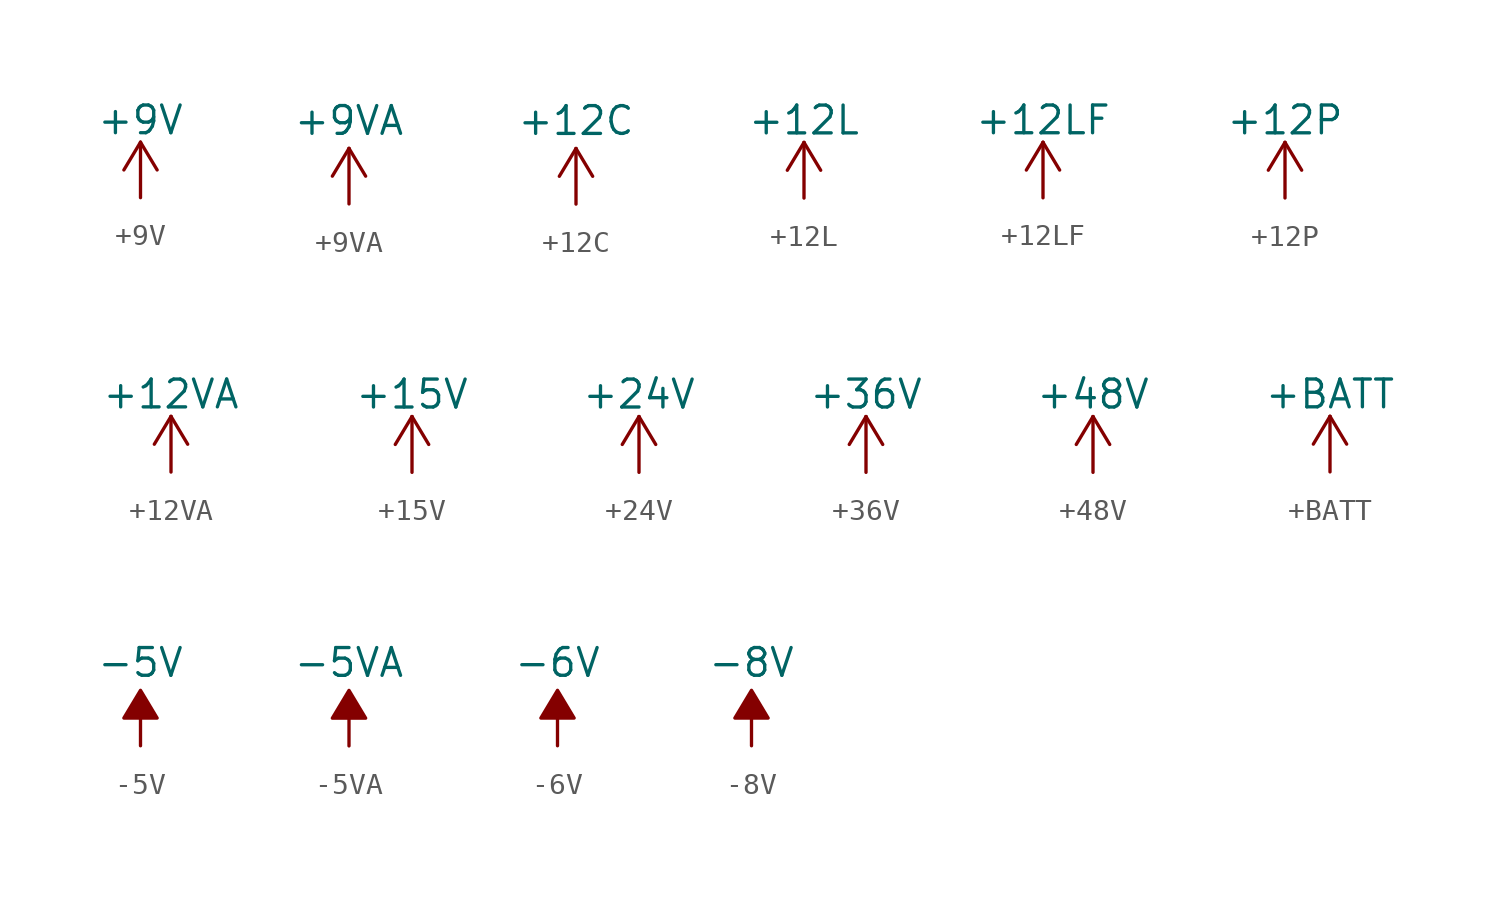
<source format=kicad_sym>
(kicad_symbol_lib
  (version 20211014)
  (generator kicad_symbol_editor)
  (symbol "+9V"
    (power)
    (pin_names
      (offset 0))
    (property "Reference" "#PWR"
      (at 0 -3.81 0)
      (effects (font (size 1.27 1.27)) hide))
    (property "Value" "+9V"
      (at 0 3.556 0)
      (effects (font (size 1.27 1.27))))
    (property "Footprint" ""
      (at 0 0 0)
      (effects (font (size 1.524 1.524))))
    (property "Datasheet" ""
      (at 0 0 0)
      (effects (font (size 1.524 1.524))))
    (symbol "+9V_0_1"
      (polyline (pts (xy -0.762 1.27) (xy 0 2.54)) (stroke (width 0) (type default) (color 0 0 0 0)) (fill (type none)))
      (polyline (pts (xy 0 0) (xy 0 2.54)) (stroke (width 0) (type default) (color 0 0 0 0)) (fill (type none)))
      (polyline (pts (xy 0 2.54) (xy 0.762 1.27)) (stroke (width 0) (type default) (color 0 0 0 0)) (fill (type none))))
    (symbol "+9V_1_1"
      (pin power_in line (at 0 0 90) (length 0) hide (name "+9V" (effects (font (size 1.27 1.27)))) (number "1" (effects (font (size 1.27 1.27)))))))
  (symbol "+9VA"
    (power)
    (pin_names
      (offset 0))
    (property "Reference" "#PWR"
      (at 0 -3.175 0)
      (effects (font (size 1.27 1.27)) hide))
    (property "Value" "+9VA"
      (at 0 3.81 0)
      (effects (font (size 1.27 1.27))))
    (property "Footprint" ""
      (at 0 0 0)
      (effects (font (size 1.524 1.524))))
    (property "Datasheet" ""
      (at 0 0 0)
      (effects (font (size 1.524 1.524))))
    (symbol "+9VA_0_1"
      (polyline (pts (xy -0.762 1.27) (xy 0 2.54)) (stroke (width 0) (type default) (color 0 0 0 0)) (fill (type none)))
      (polyline (pts (xy 0 0) (xy 0 2.54)) (stroke (width 0) (type default) (color 0 0 0 0)) (fill (type none)))
      (polyline (pts (xy 0 2.54) (xy 0.762 1.27)) (stroke (width 0) (type default) (color 0 0 0 0)) (fill (type none))))
    (symbol "+9VA_1_1"
      (pin power_in line (at 0 0 90) (length 0) hide (name "+9VA" (effects (font (size 1.27 1.27)))) (number "1" (effects (font (size 1.27 1.27)))))))
  (symbol "+12C"
    (power)
    (pin_names
      (offset 0))
    (property "Reference" "#PWR"
      (at 0 -3.81 0)
      (effects (font (size 1.27 1.27)) hide))
    (property "Value" "+12C"
      (at 0 3.81 0)
      (effects (font (size 1.27 1.27))))
    (property "Footprint" ""
      (at 0 0 0)
      (effects (font (size 1.524 1.524))))
    (property "Datasheet" ""
      (at 0 0 0)
      (effects (font (size 1.524 1.524))))
    (symbol "+12C_0_1"
      (polyline (pts (xy -0.762 1.27) (xy 0 2.54)) (stroke (width 0) (type default) (color 0 0 0 0)) (fill (type none)))
      (polyline (pts (xy 0 0) (xy 0 2.54)) (stroke (width 0) (type default) (color 0 0 0 0)) (fill (type none)))
      (polyline (pts (xy 0 2.54) (xy 0.762 1.27)) (stroke (width 0) (type default) (color 0 0 0 0)) (fill (type none))))
    (symbol "+12C_1_1"
      (pin power_in line (at 0 0 90) (length 0) hide (name "+12C" (effects (font (size 1.27 1.27)))) (number "1" (effects (font (size 1.27 1.27)))))))
  (symbol "+12L"
    (power)
    (pin_names
      (offset 0))
    (property "Reference" "#PWR"
      (at 0 -3.81 0)
      (effects (font (size 1.27 1.27)) hide))
    (property "Value" "+12L"
      (at 0 3.556 0)
      (effects (font (size 1.27 1.27))))
    (property "Footprint" ""
      (at 0 0 0)
      (effects (font (size 1.524 1.524))))
    (property "Datasheet" ""
      (at 0 0 0)
      (effects (font (size 1.524 1.524))))
    (symbol "+12L_0_1"
      (polyline (pts (xy -0.762 1.27) (xy 0 2.54)) (stroke (width 0) (type default) (color 0 0 0 0)) (fill (type none)))
      (polyline (pts (xy 0 0) (xy 0 2.54)) (stroke (width 0) (type default) (color 0 0 0 0)) (fill (type none)))
      (polyline (pts (xy 0 2.54) (xy 0.762 1.27)) (stroke (width 0) (type default) (color 0 0 0 0)) (fill (type none))))
    (symbol "+12L_1_1"
      (pin power_in line (at 0 0 90) (length 0) hide (name "+12L" (effects (font (size 1.27 1.27)))) (number "1" (effects (font (size 1.27 1.27)))))))
  (symbol "+12LF"
    (power)
    (pin_names
      (offset 0))
    (property "Reference" "#PWR"
      (at 0 -3.81 0)
      (effects (font (size 1.27 1.27)) hide))
    (property "Value" "+12LF"
      (at 0 3.556 0)
      (effects (font (size 1.27 1.27))))
    (property "Footprint" ""
      (at 0 0 0)
      (effects (font (size 1.524 1.524))))
    (property "Datasheet" ""
      (at 0 0 0)
      (effects (font (size 1.524 1.524))))
    (symbol "+12LF_0_1"
      (polyline (pts (xy -0.762 1.27) (xy 0 2.54)) (stroke (width 0) (type default) (color 0 0 0 0)) (fill (type none)))
      (polyline (pts (xy 0 0) (xy 0 2.54)) (stroke (width 0) (type default) (color 0 0 0 0)) (fill (type none)))
      (polyline (pts (xy 0 2.54) (xy 0.762 1.27)) (stroke (width 0) (type default) (color 0 0 0 0)) (fill (type none))))
    (symbol "+12LF_1_1"
      (pin power_in line (at 0 0 90) (length 0) hide (name "+12LF" (effects (font (size 1.27 1.27)))) (number "1" (effects (font (size 1.27 1.27)))))))
  (symbol "+12P"
    (power)
    (pin_names
      (offset 0))
    (property "Reference" "#PWR"
      (at 0 -3.81 0)
      (effects (font (size 1.27 1.27)) hide))
    (property "Value" "+12P"
      (at 0 3.556 0)
      (effects (font (size 1.27 1.27))))
    (property "Footprint" ""
      (at 0 0 0)
      (effects (font (size 1.524 1.524))))
    (property "Datasheet" ""
      (at 0 0 0)
      (effects (font (size 1.524 1.524))))
    (symbol "+12P_0_1"
      (polyline (pts (xy -0.762 1.27) (xy 0 2.54)) (stroke (width 0) (type default) (color 0 0 0 0)) (fill (type none)))
      (polyline (pts (xy 0 0) (xy 0 2.54)) (stroke (width 0) (type default) (color 0 0 0 0)) (fill (type none)))
      (polyline (pts (xy 0 2.54) (xy 0.762 1.27)) (stroke (width 0) (type default) (color 0 0 0 0)) (fill (type none))))
    (symbol "+12P_1_1"
      (pin power_in line (at 0 0 90) (length 0) hide (name "+12P" (effects (font (size 1.27 1.27)))) (number "1" (effects (font (size 1.27 1.27)))))))
  (symbol "+12VA"
    (power)
    (pin_names
      (offset 0))
    (property "Reference" "#PWR"
      (at 0 -3.81 0)
      (effects (font (size 1.27 1.27)) hide))
    (property "Value" "+12VA"
      (at 0 3.556 0)
      (effects (font (size 1.27 1.27))))
    (property "Footprint" ""
      (at 0 0 0)
      (effects (font (size 1.524 1.524))))
    (property "Datasheet" ""
      (at 0 0 0)
      (effects (font (size 1.524 1.524))))
    (symbol "+12VA_0_1"
      (polyline (pts (xy -0.762 1.27) (xy 0 2.54)) (stroke (width 0) (type default) (color 0 0 0 0)) (fill (type none)))
      (polyline (pts (xy 0 0) (xy 0 2.54)) (stroke (width 0) (type default) (color 0 0 0 0)) (fill (type none)))
      (polyline (pts (xy 0 2.54) (xy 0.762 1.27)) (stroke (width 0) (type default) (color 0 0 0 0)) (fill (type none))))
    (symbol "+12VA_1_1"
      (pin power_in line (at 0 0 90) (length 0) hide (name "+12VA" (effects (font (size 1.27 1.27)))) (number "1" (effects (font (size 1.27 1.27)))))))
  (symbol "+15V"
    (power)
    (pin_names
      (offset 0))
    (property "Reference" "#PWR"
      (at 0 -3.81 0)
      (effects (font (size 1.27 1.27)) hide))
    (property "Value" "+15V"
      (at 0 3.556 0)
      (effects (font (size 1.27 1.27))))
    (property "Footprint" ""
      (at 0 0 0)
      (effects (font (size 1.524 1.524))))
    (property "Datasheet" ""
      (at 0 0 0)
      (effects (font (size 1.524 1.524))))
    (symbol "+15V_0_1"
      (polyline (pts (xy -0.762 1.27) (xy 0 2.54)) (stroke (width 0) (type default) (color 0 0 0 0)) (fill (type none)))
      (polyline (pts (xy 0 0) (xy 0 2.54)) (stroke (width 0) (type default) (color 0 0 0 0)) (fill (type none)))
      (polyline (pts (xy 0 2.54) (xy 0.762 1.27)) (stroke (width 0) (type default) (color 0 0 0 0)) (fill (type none))))
    (symbol "+15V_1_1"
      (pin power_in line (at 0 0 90) (length 0) hide (name "+15V" (effects (font (size 1.27 1.27)))) (number "1" (effects (font (size 1.27 1.27)))))))
  (symbol "+24V"
    (power)
    (pin_names
      (offset 0))
    (property "Reference" "#PWR"
      (at 0 -3.81 0)
      (effects (font (size 1.27 1.27)) hide))
    (property "Value" "+24V"
      (at 0 3.556 0)
      (effects (font (size 1.27 1.27))))
    (property "Footprint" ""
      (at 0 0 0)
      (effects (font (size 1.524 1.524))))
    (property "Datasheet" ""
      (at 0 0 0)
      (effects (font (size 1.524 1.524))))
    (symbol "+24V_0_1"
      (polyline (pts (xy -0.762 1.27) (xy 0 2.54)) (stroke (width 0) (type default) (color 0 0 0 0)) (fill (type none)))
      (polyline (pts (xy 0 0) (xy 0 2.54)) (stroke (width 0) (type default) (color 0 0 0 0)) (fill (type none)))
      (polyline (pts (xy 0 2.54) (xy 0.762 1.27)) (stroke (width 0) (type default) (color 0 0 0 0)) (fill (type none))))
    (symbol "+24V_1_1"
      (pin power_in line (at 0 0 90) (length 0) hide (name "+24V" (effects (font (size 1.27 1.27)))) (number "1" (effects (font (size 1.27 1.27)))))))
  (symbol "+36V"
    (power)
    (pin_names
      (offset 0))
    (property "Reference" "#PWR"
      (at 0 -3.81 0)
      (effects (font (size 1.27 1.27)) hide))
    (property "Value" "+36V"
      (at 0 3.556 0)
      (effects (font (size 1.27 1.27))))
    (property "Footprint" ""
      (at 0 0 0)
      (effects (font (size 1.524 1.524))))
    (property "Datasheet" ""
      (at 0 0 0)
      (effects (font (size 1.524 1.524))))
    (symbol "+36V_0_1"
      (polyline (pts (xy -0.762 1.27) (xy 0 2.54)) (stroke (width 0) (type default) (color 0 0 0 0)) (fill (type none)))
      (polyline (pts (xy 0 0) (xy 0 2.54)) (stroke (width 0) (type default) (color 0 0 0 0)) (fill (type none)))
      (polyline (pts (xy 0 2.54) (xy 0.762 1.27)) (stroke (width 0) (type default) (color 0 0 0 0)) (fill (type none))))
    (symbol "+36V_1_1"
      (pin power_in line (at 0 0 90) (length 0) hide (name "+36V" (effects (font (size 1.27 1.27)))) (number "1" (effects (font (size 1.27 1.27)))))))
  (symbol "+48V"
    (power)
    (pin_names
      (offset 0))
    (property "Reference" "#PWR"
      (at 0 -3.81 0)
      (effects (font (size 1.27 1.27)) hide))
    (property "Value" "+48V"
      (at 0 3.556 0)
      (effects (font (size 1.27 1.27))))
    (property "Footprint" ""
      (at 0 0 0)
      (effects (font (size 1.524 1.524))))
    (property "Datasheet" ""
      (at 0 0 0)
      (effects (font (size 1.524 1.524))))
    (symbol "+48V_0_1"
      (polyline (pts (xy -0.762 1.27) (xy 0 2.54)) (stroke (width 0) (type default) (color 0 0 0 0)) (fill (type none)))
      (polyline (pts (xy 0 0) (xy 0 2.54)) (stroke (width 0) (type default) (color 0 0 0 0)) (fill (type none)))
      (polyline (pts (xy 0 2.54) (xy 0.762 1.27)) (stroke (width 0) (type default) (color 0 0 0 0)) (fill (type none))))
    (symbol "+48V_1_1"
      (pin power_in line (at 0 0 90) (length 0) hide (name "+48V" (effects (font (size 1.27 1.27)))) (number "1" (effects (font (size 1.27 1.27)))))))
  (symbol "+BATT"
    (power)
    (pin_names
      (offset 0))
    (property "Reference" "#PWR"
      (at 0 -3.81 0)
      (effects (font (size 1.27 1.27)) hide))
    (property "Value" "+BATT"
      (at 0 3.556 0)
      (effects (font (size 1.27 1.27))))
    (property "Footprint" ""
      (at 0 0 0)
      (effects (font (size 1.524 1.524))))
    (property "Datasheet" ""
      (at 0 0 0)
      (effects (font (size 1.524 1.524))))
    (symbol "+BATT_0_1"
      (polyline (pts (xy -0.762 1.27) (xy 0 2.54)) (stroke (width 0) (type default) (color 0 0 0 0)) (fill (type none)))
      (polyline (pts (xy 0 0) (xy 0 2.54)) (stroke (width 0) (type default) (color 0 0 0 0)) (fill (type none)))
      (polyline (pts (xy 0 2.54) (xy 0.762 1.27)) (stroke (width 0) (type default) (color 0 0 0 0)) (fill (type none))))
    (symbol "+BATT_1_1"
      (pin power_in line (at 0 0 90) (length 0) hide (name "+BATT" (effects (font (size 1.27 1.27)))) (number "1" (effects (font (size 1.27 1.27)))))))
  (symbol "-5V"
    (pin_names
      (offset 0))
    (property "Reference" "#PWR"
      (at 0 2.54 0)
      (effects (font (size 1.27 1.27)) hide))
    (property "Value" "-5V"
      (at 0 3.81 0)
      (effects (font (size 1.27 1.27))))
    (property "Footprint" ""
      (at 0 0 0)
      (effects (font (size 1.524 1.524))))
    (property "Datasheet" ""
      (at 0 0 0)
      (effects (font (size 1.524 1.524))))
    (symbol "-5V_0_0"
      (pin power_in line (at 0 0 90) (length 0) hide (name "-5V" (effects (font (size 0.508 0.508)))) (number "1" (effects (font (size 0.508 0.508))))))
    (symbol "-5V_0_1"
      (polyline (pts (xy 0 0) (xy 0 1.27) (xy 0.762 1.27) (xy 0 2.54) (xy -0.762 1.27) (xy 0 1.27)) (stroke (width 0) (type default) (color 0 0 0 0)) (fill (type outline)))))
  (symbol "-5VA"
    (pin_names
      (offset 0))
    (property "Reference" "#PWR"
      (at 0 2.54 0)
      (effects (font (size 1.27 1.27)) hide))
    (property "Value" "-5VA"
      (at 0 3.81 0)
      (effects (font (size 1.27 1.27))))
    (property "Footprint" ""
      (at 0 0 0)
      (effects (font (size 1.524 1.524))))
    (property "Datasheet" ""
      (at 0 0 0)
      (effects (font (size 1.524 1.524))))
    (symbol "-5VA_0_0"
      (pin power_in line (at 0 0 90) (length 0) hide (name "-5VA" (effects (font (size 0.508 0.508)))) (number "1" (effects (font (size 0.508 0.508))))))
    (symbol "-5VA_0_1"
      (polyline (pts (xy 0 0) (xy 0 1.27) (xy 0.762 1.27) (xy 0 2.54) (xy -0.762 1.27) (xy 0 1.27)) (stroke (width 0) (type default) (color 0 0 0 0)) (fill (type outline)))))
  (symbol "-6V"
    (pin_names
      (offset 0))
    (property "Reference" "#PWR"
      (at 0 2.54 0)
      (effects (font (size 1.27 1.27)) hide))
    (property "Value" "-6V"
      (at 0 3.81 0)
      (effects (font (size 1.27 1.27))))
    (property "Footprint" ""
      (at 0 0 0)
      (effects (font (size 1.524 1.524))))
    (property "Datasheet" ""
      (at 0 0 0)
      (effects (font (size 1.524 1.524))))
    (symbol "-6V_0_0"
      (pin power_in line (at 0 0 90) (length 0) hide (name "-6V" (effects (font (size 0.508 0.508)))) (number "1" (effects (font (size 0.508 0.508))))))
    (symbol "-6V_0_1"
      (polyline (pts (xy 0 0) (xy 0 1.27) (xy 0.762 1.27) (xy 0 2.54) (xy -0.762 1.27) (xy 0 1.27)) (stroke (width 0) (type default) (color 0 0 0 0)) (fill (type outline)))))
  (symbol "-8V"
    (pin_names
      (offset 0))
    (property "Reference" "#PWR"
      (at 0 2.54 0)
      (effects (font (size 1.27 1.27)) hide))
    (property "Value" "-8V"
      (at 0 3.81 0)
      (effects (font (size 1.27 1.27))))
    (property "Footprint" ""
      (at 0 0 0)
      (effects (font (size 1.524 1.524))))
    (property "Datasheet" ""
      (at 0 0 0)
      (effects (font (size 1.524 1.524))))
    (symbol "-8V_0_0"
      (pin power_in line (at 0 0 90) (length 0) hide (name "-8V" (effects (font (size 0.508 0.508)))) (number "1" (effects (font (size 0.508 0.508))))))
    (symbol "-8V_0_1"
      (polyline (pts (xy 0 0) (xy 0 1.27) (xy 0.762 1.27) (xy 0 2.54) (xy -0.762 1.27) (xy 0 1.27)) (stroke (width 0) (type default) (color 0 0 0 0)) (fill (type outline))))))
</source>
